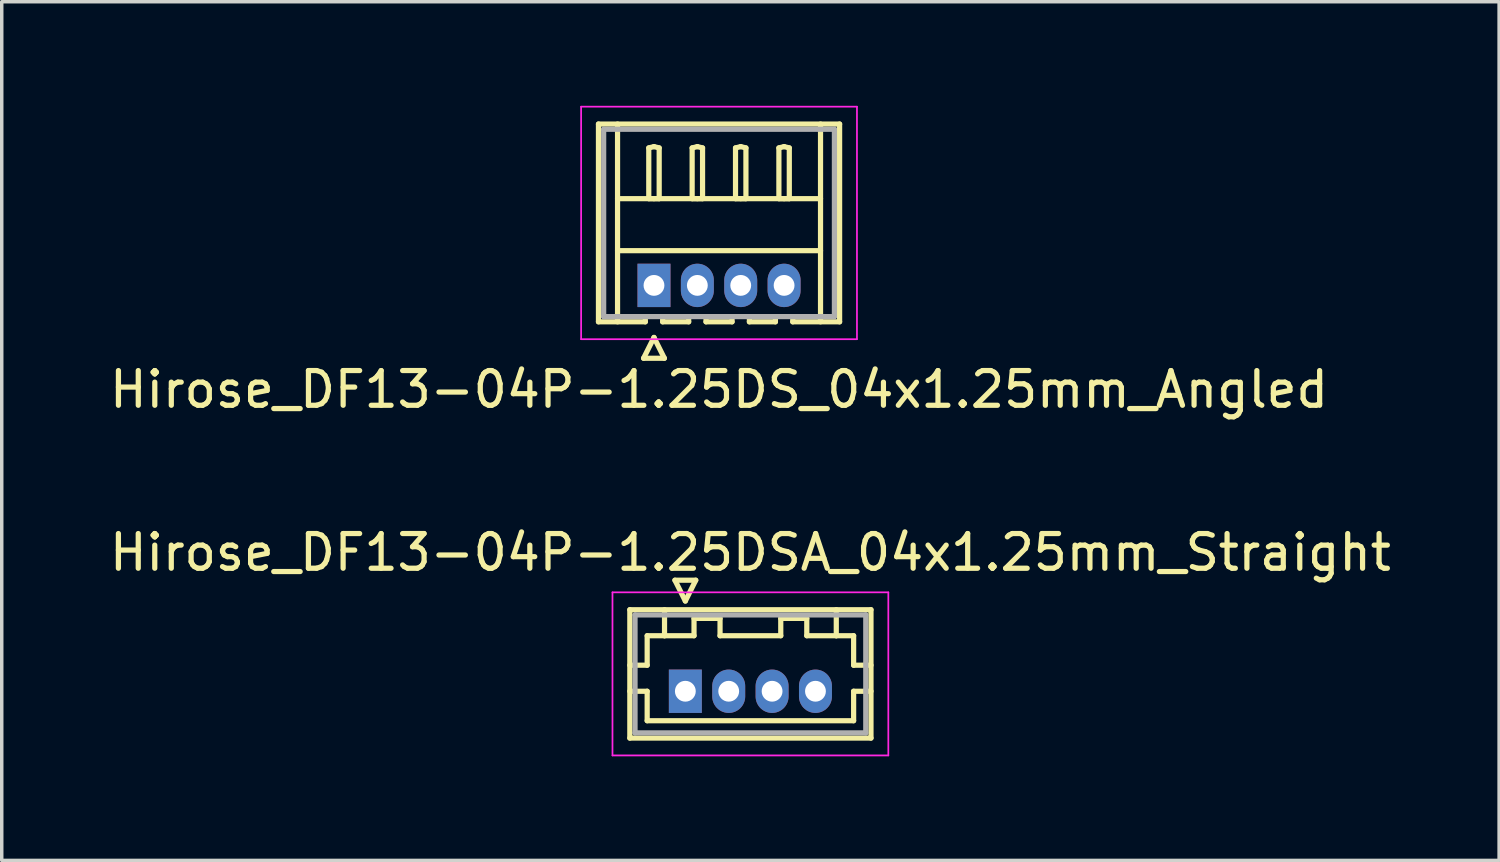
<source format=kicad_pcb>
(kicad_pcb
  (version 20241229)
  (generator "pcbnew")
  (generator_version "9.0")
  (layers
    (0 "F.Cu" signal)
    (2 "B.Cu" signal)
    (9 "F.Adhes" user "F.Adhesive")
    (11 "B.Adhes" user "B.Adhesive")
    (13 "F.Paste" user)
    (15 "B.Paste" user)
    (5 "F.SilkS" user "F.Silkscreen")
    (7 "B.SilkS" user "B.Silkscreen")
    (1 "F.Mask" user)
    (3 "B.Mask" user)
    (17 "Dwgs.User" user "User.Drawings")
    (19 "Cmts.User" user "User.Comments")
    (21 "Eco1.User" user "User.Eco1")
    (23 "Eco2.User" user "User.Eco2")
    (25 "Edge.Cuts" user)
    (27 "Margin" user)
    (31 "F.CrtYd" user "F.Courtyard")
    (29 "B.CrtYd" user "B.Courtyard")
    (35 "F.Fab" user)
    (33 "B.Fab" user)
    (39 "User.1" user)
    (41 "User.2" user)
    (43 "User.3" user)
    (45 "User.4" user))
  (footprint "Hirose_DF13-04P-1.25DSA_04x1.25mm_Straight"
    (layer "F.Cu")
    (at 16.702 16.872)
    (property "Reference" "Hirose_DF13-04P-1.25DSA_04x1.25mm_Straight" (at 1.875 -4 0) (layer "F.SilkS") (effects (font (size 1 1) (thickness 0.15))))
    (attr through_hole)
    (fp_line (start -1.6 -2.35) (end -1.6 1.35) (stroke (width 0.15) (type solid)) (layer "F.SilkS"))
    (fp_line (start -1.6 -0.75) (end -1.1 -0.75) (stroke (width 0.15) (type solid)) (layer "F.SilkS"))
    (fp_line (start -1.6 0) (end -1.1 0) (stroke (width 0.15) (type solid)) (layer "F.SilkS"))
    (fp_line (start -1.6 1.35) (end 5.35 1.35) (stroke (width 0.15) (type solid)) (layer "F.SilkS"))
    (fp_line (start -1.1 -1.6) (end -0.6 -1.6) (stroke (width 0.15) (type solid)) (layer "F.SilkS"))
    (fp_line (start -1.1 -0.75) (end -1.1 -1.6) (stroke (width 0.15) (type solid)) (layer "F.SilkS"))
    (fp_line (start -1.1 0) (end -1.1 0.85) (stroke (width 0.15) (type solid)) (layer "F.SilkS"))
    (fp_line (start -1.1 0.85) (end 4.85 0.85) (stroke (width 0.15) (type solid)) (layer "F.SilkS"))
    (fp_line (start -0.6 -1.6) (end -0.6 -2.35) (stroke (width 0.15) (type solid)) (layer "F.SilkS"))
    (fp_line (start -0.6 -1.6) (end 0.25 -1.6) (stroke (width 0.15) (type solid)) (layer "F.SilkS"))
    (fp_line (start -0.3 -3.2) (end 0.3 -3.2) (stroke (width 0.15) (type solid)) (layer "F.SilkS"))
    (fp_line (start 0 -2.6) (end -0.3 -3.2) (stroke (width 0.15) (type solid)) (layer "F.SilkS"))
    (fp_line (start 0.25 -2.1) (end 1 -2.1) (stroke (width 0.15) (type solid)) (layer "F.SilkS"))
    (fp_line (start 0.25 -1.6) (end 0.25 -2.1) (stroke (width 0.15) (type solid)) (layer "F.SilkS"))
    (fp_line (start 0.3 -3.2) (end 0 -2.6) (stroke (width 0.15) (type solid)) (layer "F.SilkS"))
    (fp_line (start 1 -2.1) (end 1 -1.6) (stroke (width 0.15) (type solid)) (layer "F.SilkS"))
    (fp_line (start 1 -1.6) (end 2.75 -1.6) (stroke (width 0.15) (type solid)) (layer "F.SilkS"))
    (fp_line (start 2.75 -2.1) (end 3.5 -2.1) (stroke (width 0.15) (type solid)) (layer "F.SilkS"))
    (fp_line (start 2.75 -1.6) (end 2.75 -2.1) (stroke (width 0.15) (type solid)) (layer "F.SilkS"))
    (fp_line (start 3.5 -2.1) (end 3.5 -1.6) (stroke (width 0.15) (type solid)) (layer "F.SilkS"))
    (fp_line (start 3.5 -1.6) (end 4.35 -1.6) (stroke (width 0.15) (type solid)) (layer "F.SilkS"))
    (fp_line (start 4.35 -1.6) (end 4.35 -2.35) (stroke (width 0.15) (type solid)) (layer "F.SilkS"))
    (fp_line (start 4.85 -1.6) (end 4.35 -1.6) (stroke (width 0.15) (type solid)) (layer "F.SilkS"))
    (fp_line (start 4.85 -0.75) (end 4.85 -1.6) (stroke (width 0.15) (type solid)) (layer "F.SilkS"))
    (fp_line (start 4.85 0) (end 5.35 0) (stroke (width 0.15) (type solid)) (layer "F.SilkS"))
    (fp_line (start 4.85 0.85) (end 4.85 0) (stroke (width 0.15) (type solid)) (layer "F.SilkS"))
    (fp_line (start 5.35 -2.35) (end -1.6 -2.35) (stroke (width 0.15) (type solid)) (layer "F.SilkS"))
    (fp_line (start 5.35 -0.75) (end 4.85 -0.75) (stroke (width 0.15) (type solid)) (layer "F.SilkS"))
    (fp_line (start 5.35 1.35) (end 5.35 -2.35) (stroke (width 0.15) (type solid)) (layer "F.SilkS"))
    (fp_line (start -2.1 -2.85) (end -2.1 1.85) (stroke (width 0.05) (type solid)) (layer "F.CrtYd"))
    (fp_line (start -2.1 1.85) (end 5.85 1.85) (stroke (width 0.05) (type solid)) (layer "F.CrtYd"))
    (fp_line (start 5.85 -2.85) (end -2.1 -2.85) (stroke (width 0.05) (type solid)) (layer "F.CrtYd"))
    (fp_line (start 5.85 1.85) (end 5.85 -2.85) (stroke (width 0.05) (type solid)) (layer "F.CrtYd"))
    (fp_line (start -1.45 -2.2) (end -1.45 1.2) (stroke (width 0.15) (type solid)) (layer "F.Fab"))
    (fp_line (start -1.45 1.2) (end 5.2 1.2) (stroke (width 0.15) (type solid)) (layer "F.Fab"))
    (fp_line (start 5.2 -2.2) (end -1.45 -2.2) (stroke (width 0.15) (type solid)) (layer "F.Fab"))
    (fp_line (start 5.2 1.2) (end 5.2 -2.2) (stroke (width 0.15) (type solid)) (layer "F.Fab"))
    (pad "1" thru_hole rect (at 0 0) (size 0.95 1.25) (drill 0.6) (layers "*.Cu" "*.Mask"))
    (pad "2" thru_hole oval (at 1.25 0) (size 0.95 1.25) (drill 0.6) (layers "*.Cu" "*.Mask"))
    (pad "3" thru_hole oval (at 2.5 0) (size 0.95 1.25) (drill 0.6) (layers "*.Cu" "*.Mask"))
    (pad "4" thru_hole oval (at 3.75 0) (size 0.95 1.25) (drill 0.6) (layers "*.Cu" "*.Mask")))
  (footprint "Hirose_DF13-04P-1.25DS_04x1.25mm_Angled"
    (layer "F.Cu")
    (at 15.798 5.175)
    (property "Reference" "Hirose_DF13-04P-1.25DS_04x1.25mm_Angled" (at 1.875 3 0) (layer "F.SilkS") (effects (font (size 1 1) (thickness 0.15))))
    (attr through_hole)
    (fp_line (start -1.6 -4.65) (end 5.35 -4.65) (stroke (width 0.15) (type solid)) (layer "F.SilkS"))
    (fp_line (start -1.6 1.05) (end -1.6 -4.65) (stroke (width 0.15) (type solid)) (layer "F.SilkS"))
    (fp_line (start -1.05 -4.65) (end -1.05 1.05) (stroke (width 0.15) (type solid)) (layer "F.SilkS"))
    (fp_line (start -1.05 -2.5) (end 4.8 -2.5) (stroke (width 0.15) (type solid)) (layer "F.SilkS"))
    (fp_line (start -1.05 -1) (end 4.8 -1) (stroke (width 0.15) (type solid)) (layer "F.SilkS"))
    (fp_line (start -0.3 2.1) (end 0.3 2.1) (stroke (width 0.15) (type solid)) (layer "F.SilkS"))
    (fp_line (start -0.25 0.9) (end -0.25 1.05) (stroke (width 0.15) (type solid)) (layer "F.SilkS"))
    (fp_line (start -0.25 1.05) (end -1.6 1.05) (stroke (width 0.15) (type solid)) (layer "F.SilkS"))
    (fp_line (start -0.15 -3.962) (end 0 -4) (stroke (width 0.15) (type solid)) (layer "F.SilkS"))
    (fp_line (start -0.15 -2.5) (end -0.15 -3.962) (stroke (width 0.15) (type solid)) (layer "F.SilkS"))
    (fp_line (start 0 -4) (end 0.15 -3.962) (stroke (width 0.15) (type solid)) (layer "F.SilkS"))
    (fp_line (start 0 -2.5) (end -0.15 -2.5) (stroke (width 0.15) (type solid)) (layer "F.SilkS"))
    (fp_line (start 0 1.5) (end -0.3 2.1) (stroke (width 0.15) (type solid)) (layer "F.SilkS"))
    (fp_line (start 0.15 -3.962) (end 0.15 -2.5) (stroke (width 0.15) (type solid)) (layer "F.SilkS"))
    (fp_line (start 0.15 -2.5) (end 0 -2.5) (stroke (width 0.15) (type solid)) (layer "F.SilkS"))
    (fp_line (start 0.25 0.9) (end 0.25 1.05) (stroke (width 0.15) (type solid)) (layer "F.SilkS"))
    (fp_line (start 0.25 1.05) (end 1 1.05) (stroke (width 0.15) (type solid)) (layer "F.SilkS"))
    (fp_line (start 0.3 2.1) (end 0 1.5) (stroke (width 0.15) (type solid)) (layer "F.SilkS"))
    (fp_line (start 1 1.05) (end 1 0.9) (stroke (width 0.15) (type solid)) (layer "F.SilkS"))
    (fp_line (start 1.1 -3.962) (end 1.25 -4) (stroke (width 0.15) (type solid)) (layer "F.SilkS"))
    (fp_line (start 1.1 -2.5) (end 1.1 -3.962) (stroke (width 0.15) (type solid)) (layer "F.SilkS"))
    (fp_line (start 1.25 -4) (end 1.4 -3.962) (stroke (width 0.15) (type solid)) (layer "F.SilkS"))
    (fp_line (start 1.25 -2.5) (end 1.1 -2.5) (stroke (width 0.15) (type solid)) (layer "F.SilkS"))
    (fp_line (start 1.4 -3.962) (end 1.4 -2.5) (stroke (width 0.15) (type solid)) (layer "F.SilkS"))
    (fp_line (start 1.4 -2.5) (end 1.25 -2.5) (stroke (width 0.15) (type solid)) (layer "F.SilkS"))
    (fp_line (start 1.5 0.9) (end 1.5 1.05) (stroke (width 0.15) (type solid)) (layer "F.SilkS"))
    (fp_line (start 1.5 1.05) (end 2.25 1.05) (stroke (width 0.15) (type solid)) (layer "F.SilkS"))
    (fp_line (start 2.25 1.05) (end 2.25 0.9) (stroke (width 0.15) (type solid)) (layer "F.SilkS"))
    (fp_line (start 2.35 -3.962) (end 2.5 -4) (stroke (width 0.15) (type solid)) (layer "F.SilkS"))
    (fp_line (start 2.35 -2.5) (end 2.35 -3.962) (stroke (width 0.15) (type solid)) (layer "F.SilkS"))
    (fp_line (start 2.5 -4) (end 2.65 -3.962) (stroke (width 0.15) (type solid)) (layer "F.SilkS"))
    (fp_line (start 2.5 -2.5) (end 2.35 -2.5) (stroke (width 0.15) (type solid)) (layer "F.SilkS"))
    (fp_line (start 2.65 -3.962) (end 2.65 -2.5) (stroke (width 0.15) (type solid)) (layer "F.SilkS"))
    (fp_line (start 2.65 -2.5) (end 2.5 -2.5) (stroke (width 0.15) (type solid)) (layer "F.SilkS"))
    (fp_line (start 2.75 0.9) (end 2.75 1.05) (stroke (width 0.15) (type solid)) (layer "F.SilkS"))
    (fp_line (start 2.75 1.05) (end 3.5 1.05) (stroke (width 0.15) (type solid)) (layer "F.SilkS"))
    (fp_line (start 3.5 1.05) (end 3.5 0.9) (stroke (width 0.15) (type solid)) (layer "F.SilkS"))
    (fp_line (start 3.6 -3.962) (end 3.75 -4) (stroke (width 0.15) (type solid)) (layer "F.SilkS"))
    (fp_line (start 3.6 -2.5) (end 3.6 -3.962) (stroke (width 0.15) (type solid)) (layer "F.SilkS"))
    (fp_line (start 3.75 -4) (end 3.9 -3.962) (stroke (width 0.15) (type solid)) (layer "F.SilkS"))
    (fp_line (start 3.75 -2.5) (end 3.6 -2.5) (stroke (width 0.15) (type solid)) (layer "F.SilkS"))
    (fp_line (start 3.9 -3.962) (end 3.9 -2.5) (stroke (width 0.15) (type solid)) (layer "F.SilkS"))
    (fp_line (start 3.9 -2.5) (end 3.75 -2.5) (stroke (width 0.15) (type solid)) (layer "F.SilkS"))
    (fp_line (start 4 1.05) (end 4 0.9) (stroke (width 0.15) (type solid)) (layer "F.SilkS"))
    (fp_line (start 4.8 -4.65) (end 4.8 1.05) (stroke (width 0.15) (type solid)) (layer "F.SilkS"))
    (fp_line (start 5.35 -4.65) (end 5.35 1.05) (stroke (width 0.15) (type solid)) (layer "F.SilkS"))
    (fp_line (start 5.35 1.05) (end 4 1.05) (stroke (width 0.15) (type solid)) (layer "F.SilkS"))
    (fp_line (start -2.1 -5.15) (end -2.1 1.55) (stroke (width 0.05) (type solid)) (layer "F.CrtYd"))
    (fp_line (start -2.1 1.55) (end 5.85 1.55) (stroke (width 0.05) (type solid)) (layer "F.CrtYd"))
    (fp_line (start 5.85 -5.15) (end -2.1 -5.15) (stroke (width 0.05) (type solid)) (layer "F.CrtYd"))
    (fp_line (start 5.85 1.55) (end 5.85 -5.15) (stroke (width 0.05) (type solid)) (layer "F.CrtYd"))
    (fp_line (start -1.45 -4.5) (end -1.45 0.9) (stroke (width 0.15) (type solid)) (layer "F.Fab"))
    (fp_line (start -1.45 0.9) (end 5.2 0.9) (stroke (width 0.15) (type solid)) (layer "F.Fab"))
    (fp_line (start 5.2 -4.5) (end -1.45 -4.5) (stroke (width 0.15) (type solid)) (layer "F.Fab"))
    (fp_line (start 5.2 0.9) (end 5.2 -4.5) (stroke (width 0.15) (type solid)) (layer "F.Fab"))
    (pad "1" thru_hole rect (at 0 0) (size 0.95 1.25) (drill 0.6) (layers "*.Cu" "*.Mask"))
    (pad "2" thru_hole oval (at 1.25 0) (size 0.95 1.25) (drill 0.6) (layers "*.Cu" "*.Mask"))
    (pad "3" thru_hole oval (at 2.5 0) (size 0.95 1.25) (drill 0.6) (layers "*.Cu" "*.Mask"))
    (pad "4" thru_hole oval (at 3.75 0) (size 0.95 1.25) (drill 0.6) (layers "*.Cu" "*.Mask")))
  (gr_rect
    (start -3 -3)
    (end 40.155 21.747)
    (stroke (width 0.1) (type default))
    (fill no)
    (layer "Edge.Cuts")))
</source>
